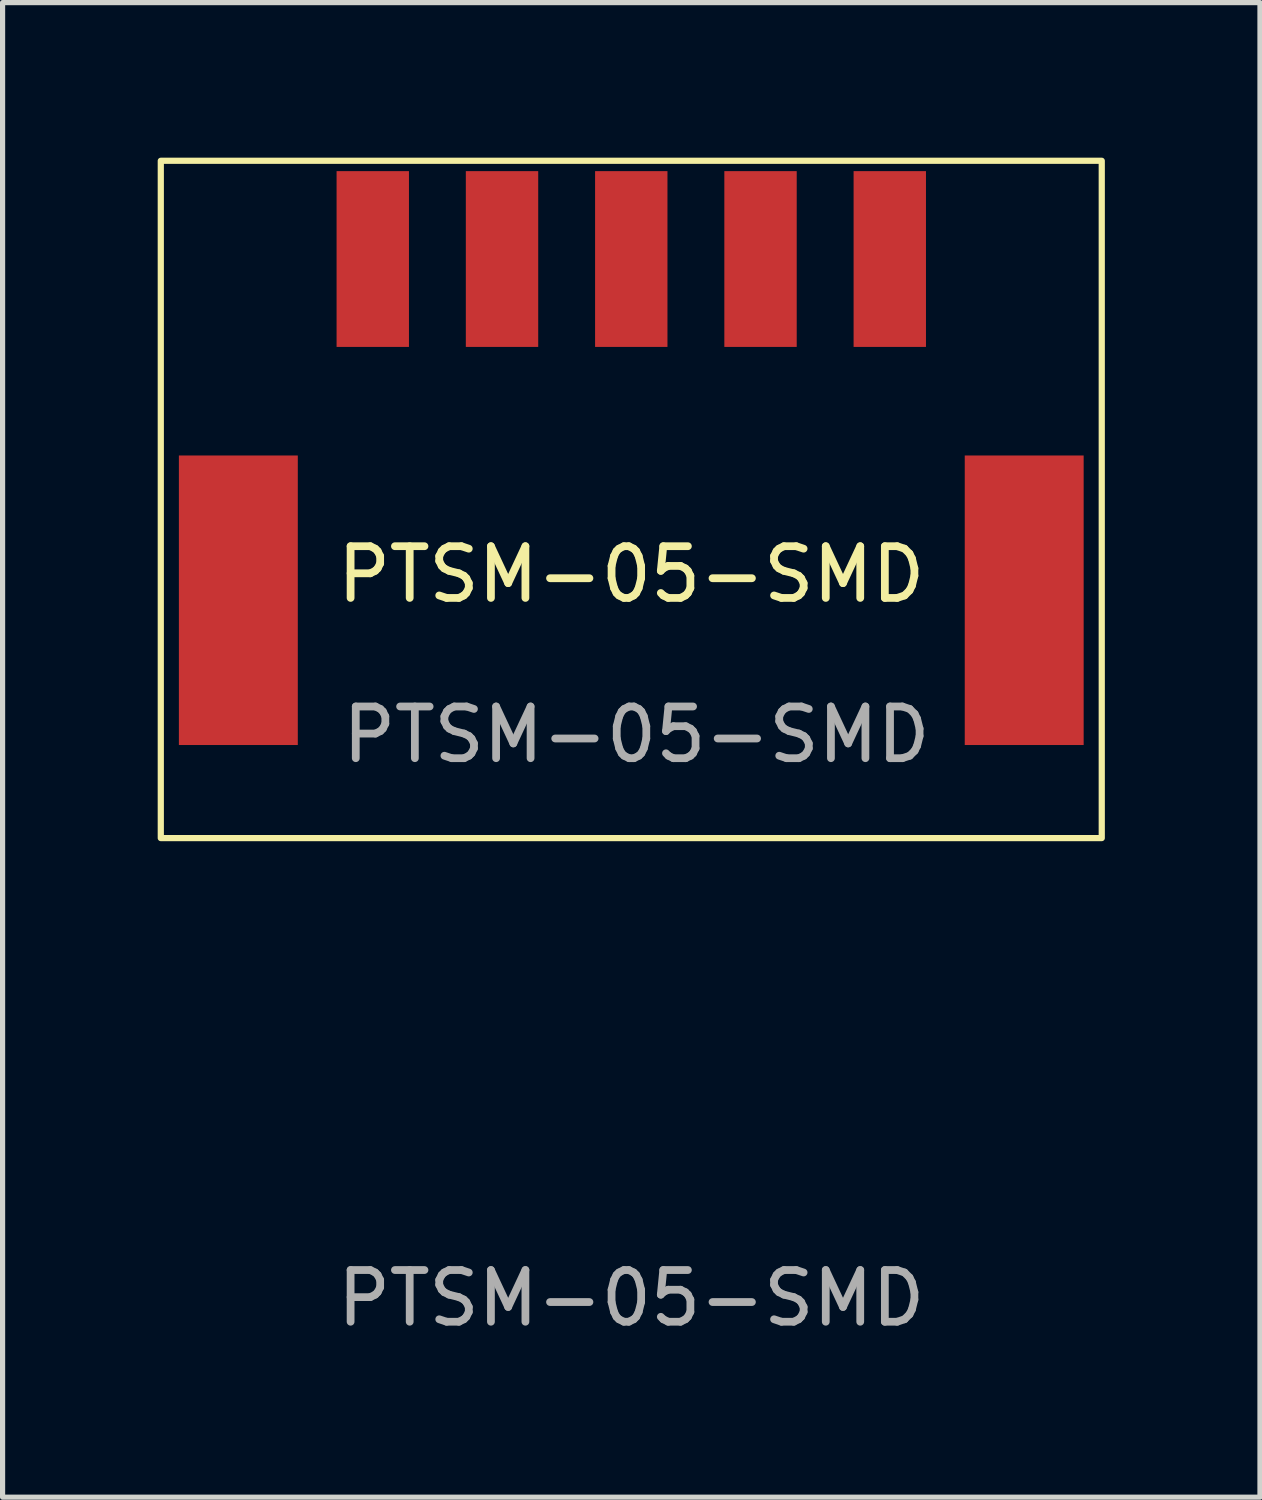
<source format=kicad_pcb>
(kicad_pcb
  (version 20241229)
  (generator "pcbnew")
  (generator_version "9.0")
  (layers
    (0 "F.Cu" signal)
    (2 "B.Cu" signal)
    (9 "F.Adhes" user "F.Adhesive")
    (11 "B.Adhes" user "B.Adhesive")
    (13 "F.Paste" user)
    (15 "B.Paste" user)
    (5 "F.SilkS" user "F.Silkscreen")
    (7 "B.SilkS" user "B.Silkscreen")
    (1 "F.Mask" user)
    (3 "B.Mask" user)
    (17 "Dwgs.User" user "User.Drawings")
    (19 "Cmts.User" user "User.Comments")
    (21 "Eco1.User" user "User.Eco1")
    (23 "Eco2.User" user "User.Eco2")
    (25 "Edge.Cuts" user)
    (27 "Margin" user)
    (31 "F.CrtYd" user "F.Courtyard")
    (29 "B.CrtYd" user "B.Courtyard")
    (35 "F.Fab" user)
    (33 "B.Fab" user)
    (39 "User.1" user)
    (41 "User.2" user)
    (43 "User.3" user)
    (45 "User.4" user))
  (footprint "PTSM-05-SMD"
    (layer "F.Cu")
    (at 9.16 8.56)
    (property "Reference" "PTSM-05-SMD" (at 0 -0.5 0) (unlocked yes) (layer "F.SilkS") (effects (font (size 1 1) (thickness 0.15))))
    (attr smd)
    (fp_rect (start -9.1 -8.5) (end 9.1 4.6) (stroke (width 0.12) (type solid)) (fill no) (layer "F.SilkS"))
    (fp_text user "${REFERENCE}" (at 0.1 2.6 0) (unlocked yes) (layer "F.Fab") (effects (font (size 1 1) (thickness 0.15))))
    (fp_text user "${REFERENCE}" (at 0 13.5 0) (unlocked yes) (layer "F.Fab") (effects (font (size 1 1) (thickness 0.15))))
    (pad "" smd rect (at -7.6 0) (size 2.3 5.6) (layers "F.Cu" "F.Mask" "F.Paste"))
    (pad "" smd rect (at 7.6 0) (size 2.3 5.6) (layers "F.Cu" "F.Mask" "F.Paste"))
    (pad "1" smd rect (at -5 -6.6) (size 1.4 3.4) (layers "F.Cu" "F.Mask" "F.Paste"))
    (pad "2" smd rect (at -2.5 -6.6) (size 1.4 3.4) (layers "F.Cu" "F.Mask" "F.Paste"))
    (pad "3" smd rect (at 0 -6.6) (size 1.4 3.4) (layers "F.Cu" "F.Mask" "F.Paste"))
    (pad "4" smd rect (at 2.5 -6.6) (size 1.4 3.4) (layers "F.Cu" "F.Mask" "F.Paste"))
    (pad "5" smd rect (at 5 -6.6) (size 1.4 3.4) (layers "F.Cu" "F.Mask" "F.Paste")))
  (gr_rect
    (start -3 -3)
    (end 21.32 25.908)
    (stroke (width 0.1) (type default))
    (fill no)
    (layer "Edge.Cuts")))
</source>
